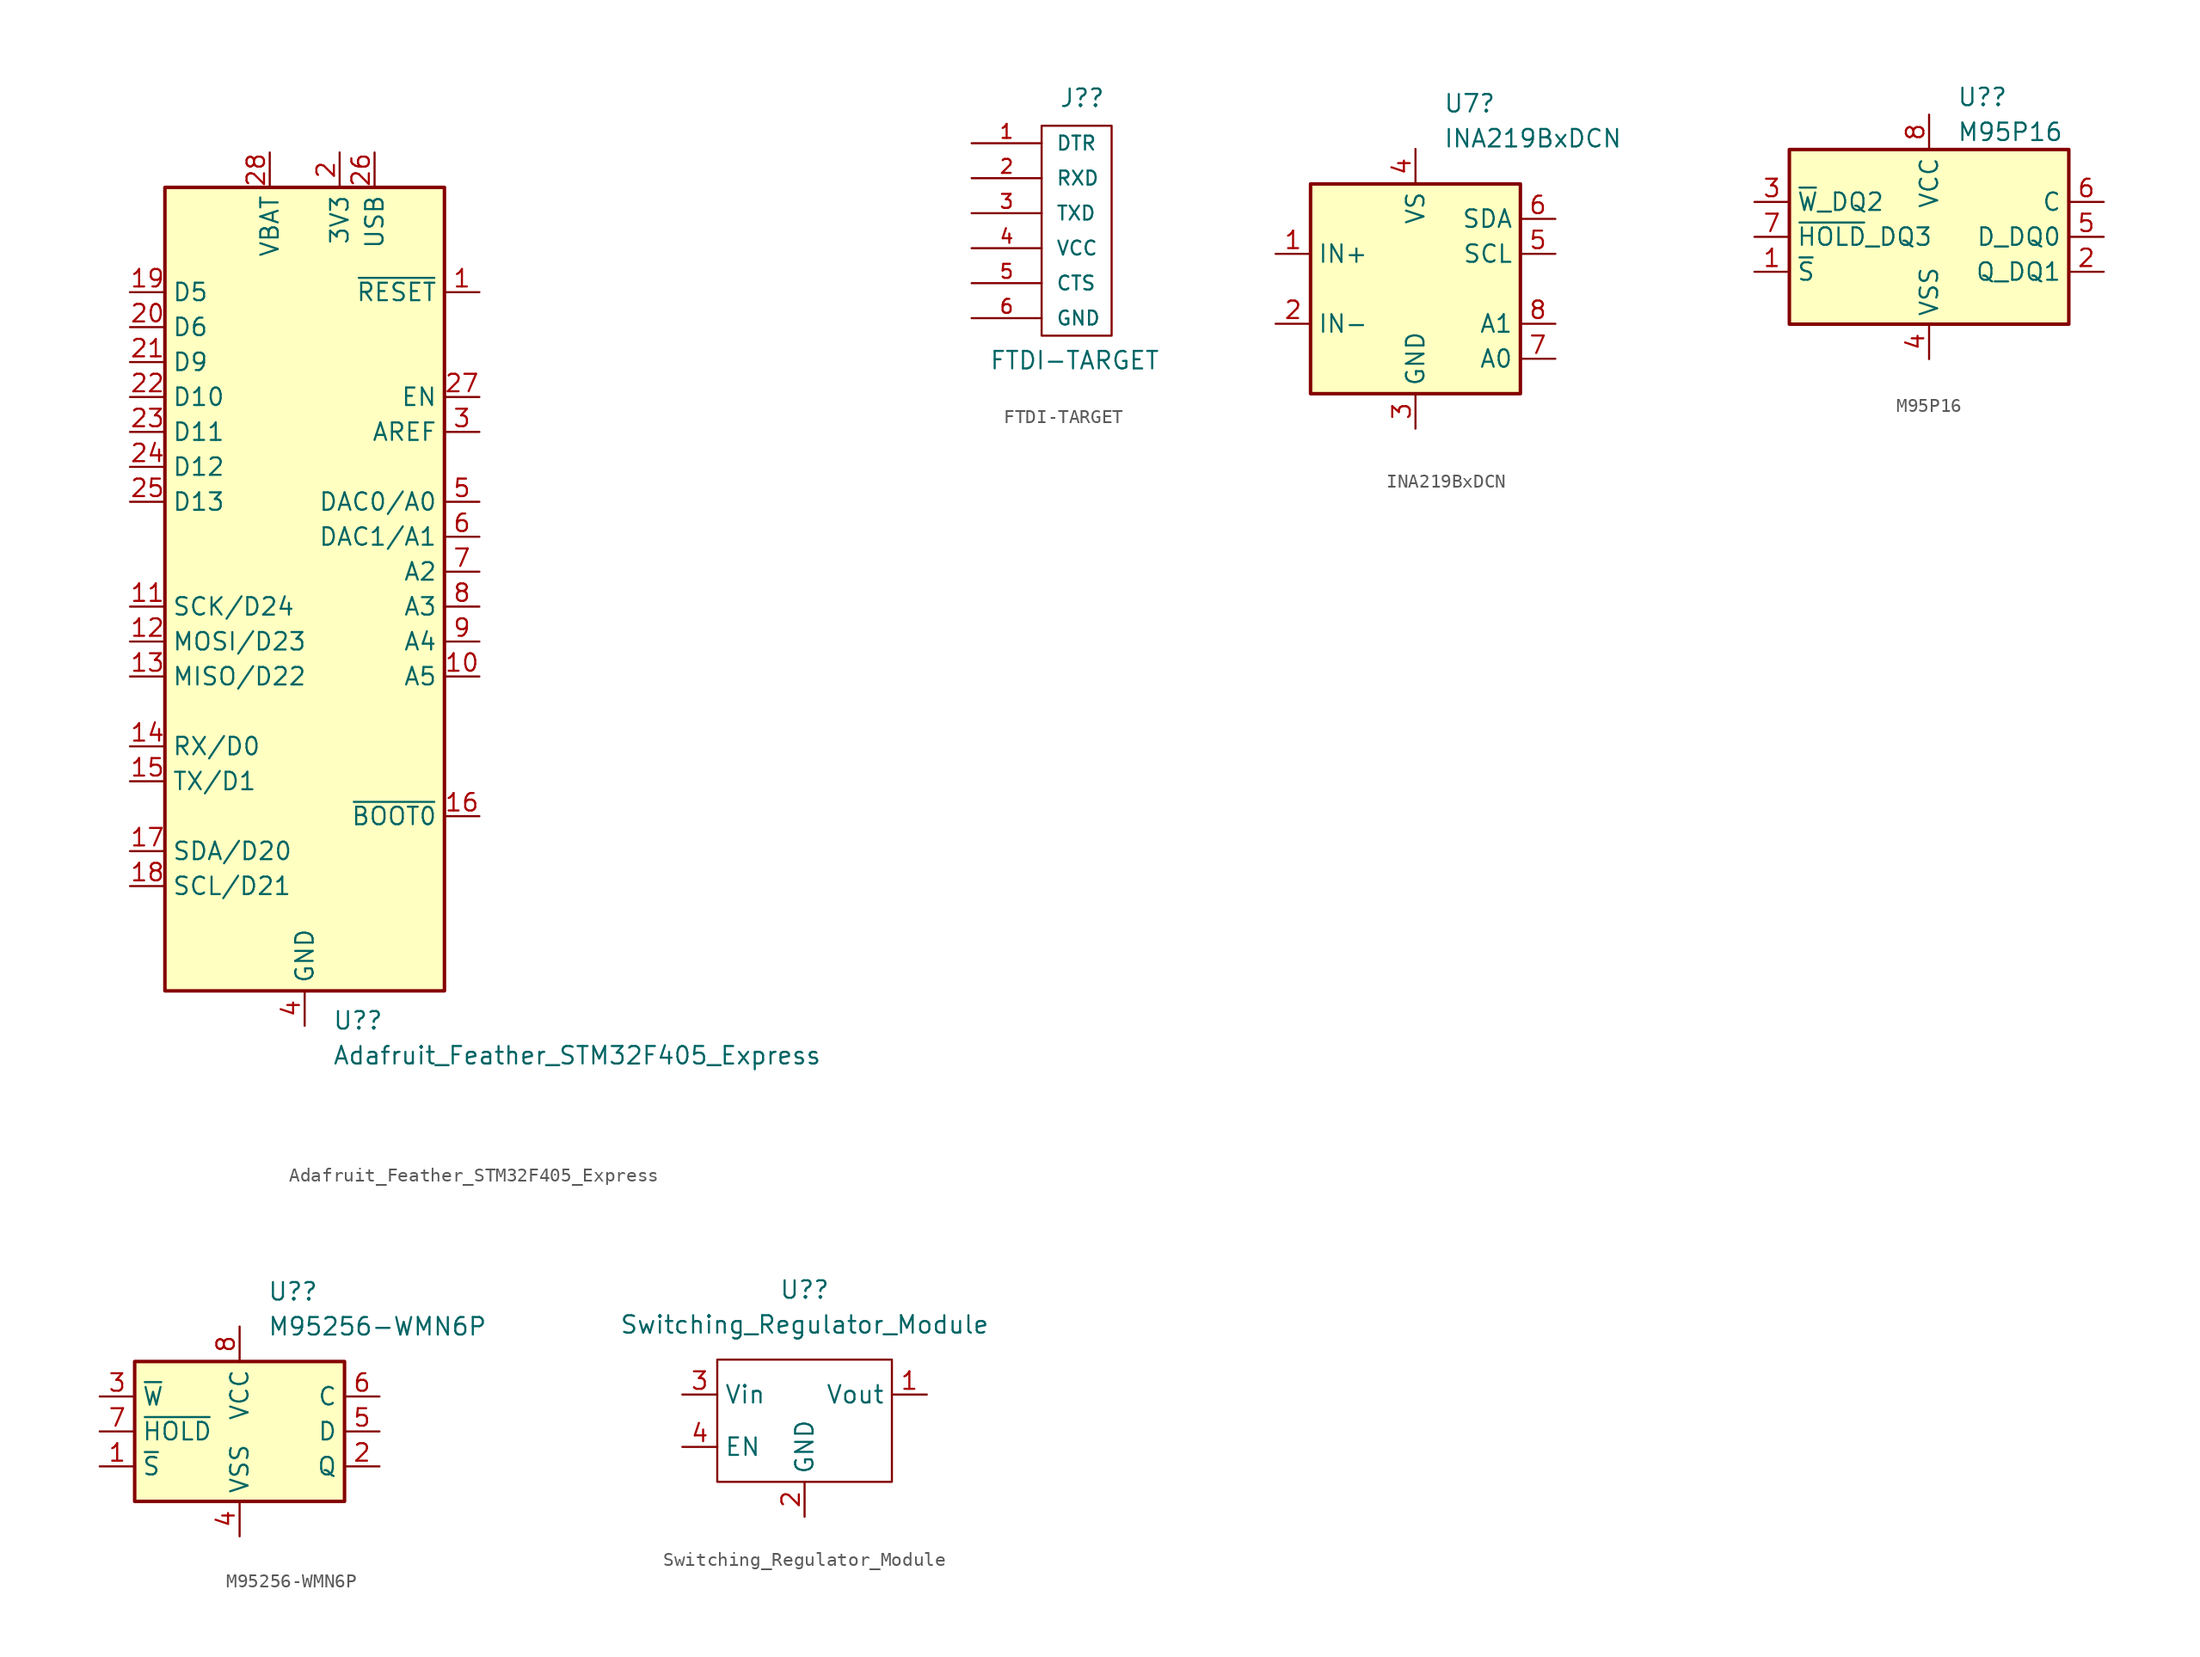
<source format=kicad_sym>
(kicad_symbol_lib
  (version 20211014)
  (generator kicad_symbol_editor)
  (symbol "Adafruit_Feather_STM32F405_Express"
    (property "Reference" "U?"
      (at 2.019 -32.639 0)
      (effects (font (size 1.27 1.27)) (justify left)))
    (property "Value" "Adafruit_Feather_STM32F405_Express"
      (at 2.019 -35.179 0)
      (effects (font (size 1.27 1.27)) (justify left)))
    (symbol "Adafruit_Feather_STM32F405_Express_0_1"
      (rectangle (start -10.16 27.94) (end 10.16 -30.48) (stroke (width 0.254) (type default) (color 0 0 0 0)) (fill (type background))))
    (symbol "Adafruit_Feather_STM32F405_Express_1_1"
      (pin input line (at 12.7 20.32 180) (length 2.54) (name "~{RESET}" (effects (font (size 1.27 1.27)))) (number "1" (effects (font (size 1.27 1.27)))))
      (pin bidirectional line (at 12.7 -7.62 180) (length 2.54) (name "A5" (effects (font (size 1.27 1.27)))) (number "10" (effects (font (size 1.27 1.27)))))
      (pin bidirectional line (at -12.7 -2.54 0) (length 2.54) (name "SCK/D24" (effects (font (size 1.27 1.27)))) (number "11" (effects (font (size 1.27 1.27)))))
      (pin bidirectional line (at -12.7 -5.08 0) (length 2.54) (name "MOSI/D23" (effects (font (size 1.27 1.27)))) (number "12" (effects (font (size 1.27 1.27)))))
      (pin bidirectional line (at -12.7 -7.62 0) (length 2.54) (name "MISO/D22" (effects (font (size 1.27 1.27)))) (number "13" (effects (font (size 1.27 1.27)))))
      (pin bidirectional line (at -12.7 -12.7 0) (length 2.54) (name "RX/D0" (effects (font (size 1.27 1.27)))) (number "14" (effects (font (size 1.27 1.27)))))
      (pin bidirectional line (at -12.7 -15.24 0) (length 2.54) (name "TX/D1" (effects (font (size 1.27 1.27)))) (number "15" (effects (font (size 1.27 1.27)))))
      (pin bidirectional line (at 12.7 -17.78 180) (length 2.54) (name "~{BOOT0}" (effects (font (size 1.27 1.27)))) (number "16" (effects (font (size 1.27 1.27)))))
      (pin bidirectional line (at -12.7 -20.32 0) (length 2.54) (name "SDA/D20" (effects (font (size 1.27 1.27)))) (number "17" (effects (font (size 1.27 1.27)))))
      (pin bidirectional line (at -12.7 -22.86 0) (length 2.54) (name "SCL/D21" (effects (font (size 1.27 1.27)))) (number "18" (effects (font (size 1.27 1.27)))))
      (pin bidirectional line (at -12.7 20.32 0) (length 2.54) (name "D5" (effects (font (size 1.27 1.27)))) (number "19" (effects (font (size 1.27 1.27)))))
      (pin power_in line (at 2.54 30.48 270) (length 2.54) (name "3V3" (effects (font (size 1.27 1.27)))) (number "2" (effects (font (size 1.27 1.27)))))
      (pin bidirectional line (at -12.7 17.78 0) (length 2.54) (name "D6" (effects (font (size 1.27 1.27)))) (number "20" (effects (font (size 1.27 1.27)))))
      (pin bidirectional line (at -12.7 15.24 0) (length 2.54) (name "D9" (effects (font (size 1.27 1.27)))) (number "21" (effects (font (size 1.27 1.27)))))
      (pin bidirectional line (at -12.7 12.7 0) (length 2.54) (name "D10" (effects (font (size 1.27 1.27)))) (number "22" (effects (font (size 1.27 1.27)))))
      (pin bidirectional line (at -12.7 10.16 0) (length 2.54) (name "D11" (effects (font (size 1.27 1.27)))) (number "23" (effects (font (size 1.27 1.27)))))
      (pin bidirectional line (at -12.7 7.62 0) (length 2.54) (name "D12" (effects (font (size 1.27 1.27)))) (number "24" (effects (font (size 1.27 1.27)))))
      (pin bidirectional line (at -12.7 5.08 0) (length 2.54) (name "D13" (effects (font (size 1.27 1.27)))) (number "25" (effects (font (size 1.27 1.27)))))
      (pin power_in line (at 5.08 30.48 270) (length 2.54) (name "USB" (effects (font (size 1.27 1.27)))) (number "26" (effects (font (size 1.27 1.27)))))
      (pin input line (at 12.7 12.7 180) (length 2.54) (name "EN" (effects (font (size 1.27 1.27)))) (number "27" (effects (font (size 1.27 1.27)))))
      (pin power_in line (at -2.54 30.48 270) (length 2.54) (name "VBAT" (effects (font (size 1.27 1.27)))) (number "28" (effects (font (size 1.27 1.27)))))
      (pin input line (at 12.7 10.16 180) (length 2.54) (name "AREF" (effects (font (size 1.27 1.27)))) (number "3" (effects (font (size 1.27 1.27)))))
      (pin power_in line (at 0 -33.02 90) (length 2.54) (name "GND" (effects (font (size 1.27 1.27)))) (number "4" (effects (font (size 1.27 1.27)))))
      (pin bidirectional line (at 12.7 5.08 180) (length 2.54) (name "DAC0/A0" (effects (font (size 1.27 1.27)))) (number "5" (effects (font (size 1.27 1.27)))))
      (pin bidirectional line (at 12.7 2.54 180) (length 2.54) (name "DAC1/A1" (effects (font (size 1.27 1.27)))) (number "6" (effects (font (size 1.27 1.27)))))
      (pin bidirectional line (at 12.7 0 180) (length 2.54) (name "A2" (effects (font (size 1.27 1.27)))) (number "7" (effects (font (size 1.27 1.27)))))
      (pin bidirectional line (at 12.7 -2.54 180) (length 2.54) (name "A3" (effects (font (size 1.27 1.27)))) (number "8" (effects (font (size 1.27 1.27)))))
      (pin bidirectional line (at 12.7 -5.08 180) (length 2.54) (name "A4" (effects (font (size 1.27 1.27)))) (number "9" (effects (font (size 1.27 1.27)))))))
  (symbol "FTDI-TARGET"
    (pin_names
      (offset 1.016))
    (property "Reference" "J?"
      (at -1.27 1.27 0)
      (effects (font (size 1.27 1.27)) (justify left bottom)))
    (property "Value" "FTDI-TARGET"
      (at -6.35 -17.78 0)
      (effects (font (size 1.27 1.27)) (justify left bottom)))
    (property "Datasheet" ""
      (at -2.54 -8.89 0)
      (effects (font (size 1.524 1.524))))
    (symbol "FTDI-TARGET_0_1"
      (rectangle (start -2.54 0) (end 2.54 -15.24) (stroke (width 0) (type default) (color 0 0 0 0)) (fill (type none))))
    (symbol "FTDI-TARGET_1_1"
      (pin passive line (at -7.62 -1.27 0) (length 5.08) (name "DTR" (effects (font (size 1.016 1.016)))) (number "1" (effects (font (size 1.016 1.016)))))
      (pin passive line (at -7.62 -3.81 0) (length 5.08) (name "RXD" (effects (font (size 1.016 1.016)))) (number "2" (effects (font (size 1.016 1.016)))))
      (pin passive line (at -7.62 -6.35 0) (length 5.08) (name "TXD" (effects (font (size 1.016 1.016)))) (number "3" (effects (font (size 1.016 1.016)))))
      (pin passive line (at -7.62 -8.89 0) (length 5.08) (name "VCC" (effects (font (size 1.016 1.016)))) (number "4" (effects (font (size 1.016 1.016)))))
      (pin passive line (at -7.62 -11.43 0) (length 5.08) (name "CTS" (effects (font (size 1.016 1.016)))) (number "5" (effects (font (size 1.016 1.016)))))
      (pin passive line (at -7.62 -13.97 0) (length 5.08) (name "GND" (effects (font (size 1.016 1.016)))) (number "6" (effects (font (size 1.016 1.016)))))))
  (symbol "INA219BxDCN"
    (property "Reference" "U7"
      (at 2.019 13.462 0)
      (effects (font (size 1.27 1.27)) (justify left)))
    (property "Value" "INA219BxDCN"
      (at 2.019 10.922 0)
      (effects (font (size 1.27 1.27)) (justify left)))
    (symbol "INA219BxDCN_0_1"
      (rectangle (start -7.62 7.62) (end 7.62 -7.62) (stroke (width 0.254) (type default) (color 0 0 0 0)) (fill (type background))))
    (symbol "INA219BxDCN_1_1"
      (pin input line (at -10.16 2.54 0) (length 2.54) (name "IN+" (effects (font (size 1.27 1.27)))) (number "1" (effects (font (size 1.27 1.27)))))
      (pin input line (at -10.16 -2.54 0) (length 2.54) (name "IN-" (effects (font (size 1.27 1.27)))) (number "2" (effects (font (size 1.27 1.27)))))
      (pin power_in line (at 0 -10.16 90) (length 2.54) (name "GND" (effects (font (size 1.27 1.27)))) (number "3" (effects (font (size 1.27 1.27)))))
      (pin power_in line (at 0 10.16 270) (length 2.54) (name "VS" (effects (font (size 1.27 1.27)))) (number "4" (effects (font (size 1.27 1.27)))))
      (pin input line (at 10.16 2.54 180) (length 2.54) (name "SCL" (effects (font (size 1.27 1.27)))) (number "5" (effects (font (size 1.27 1.27)))))
      (pin bidirectional line (at 10.16 5.08 180) (length 2.54) (name "SDA" (effects (font (size 1.27 1.27)))) (number "6" (effects (font (size 1.27 1.27)))))
      (pin input line (at 10.16 -5.08 180) (length 2.54) (name "A0" (effects (font (size 1.27 1.27)))) (number "7" (effects (font (size 1.27 1.27)))))
      (pin input line (at 10.16 -2.54 180) (length 2.54) (name "A1" (effects (font (size 1.27 1.27)))) (number "8" (effects (font (size 1.27 1.27)))))))
  (symbol "M95P16"
    (property "Reference" "U?"
      (at 2.019 10.16 0)
      (effects (font (size 1.27 1.27)) (justify left)))
    (property "Value" "M95P16"
      (at 2.019 7.62 0)
      (effects (font (size 1.27 1.27)) (justify left)))
    (symbol "M95P16_1_1"
      (rectangle (start -10.16 6.35) (end 10.16 -6.35) (stroke (width 0.254) (type default) (color 0 0 0 0)) (fill (type background)))
      (pin input line (at -12.7 -2.54 0) (length 2.54) (name "~{S}" (effects (font (size 1.27 1.27)))) (number "1" (effects (font (size 1.27 1.27)))))
      (pin output line (at 12.7 -2.54 180) (length 2.54) (name "Q_DQ1" (effects (font (size 1.27 1.27)))) (number "2" (effects (font (size 1.27 1.27)))))
      (pin input line (at -12.7 2.54 0) (length 2.54) (name "~{W}_DQ2" (effects (font (size 1.27 1.27)))) (number "3" (effects (font (size 1.27 1.27)))))
      (pin power_in line (at 0 -8.89 90) (length 2.54) (name "VSS" (effects (font (size 1.27 1.27)))) (number "4" (effects (font (size 1.27 1.27)))))
      (pin input line (at 12.7 0 180) (length 2.54) (name "D_DQ0" (effects (font (size 1.27 1.27)))) (number "5" (effects (font (size 1.27 1.27)))))
      (pin input line (at 12.7 2.54 180) (length 2.54) (name "C" (effects (font (size 1.27 1.27)))) (number "6" (effects (font (size 1.27 1.27)))))
      (pin input line (at -12.7 0 0) (length 2.54) (name "~{HOLD}_DQ3" (effects (font (size 1.27 1.27)))) (number "7" (effects (font (size 1.27 1.27)))))
      (pin power_in line (at 0 8.89 270) (length 2.54) (name "VCC" (effects (font (size 1.27 1.27)))) (number "8" (effects (font (size 1.27 1.27)))))))
  (symbol "M95256-WMN6P"
    (property "Reference" "U?"
      (at 2.019 10.16 0)
      (effects (font (size 1.27 1.27)) (justify left)))
    (property "Value" "M95256-WMN6P"
      (at 2.019 7.62 0)
      (effects (font (size 1.27 1.27)) (justify left)))
    (symbol "M95256-WMN6P_1_1"
      (rectangle (start -7.62 5.08) (end 7.62 -5.08) (stroke (width 0.254) (type default) (color 0 0 0 0)) (fill (type background)))
      (pin input line (at -10.16 -2.54 0) (length 2.54) (name "~{S}" (effects (font (size 1.27 1.27)))) (number "1" (effects (font (size 1.27 1.27)))))
      (pin output line (at 10.16 -2.54 180) (length 2.54) (name "Q" (effects (font (size 1.27 1.27)))) (number "2" (effects (font (size 1.27 1.27)))))
      (pin input line (at -10.16 2.54 0) (length 2.54) (name "~{W}" (effects (font (size 1.27 1.27)))) (number "3" (effects (font (size 1.27 1.27)))))
      (pin power_in line (at 0 -7.62 90) (length 2.54) (name "VSS" (effects (font (size 1.27 1.27)))) (number "4" (effects (font (size 1.27 1.27)))))
      (pin input line (at 10.16 0 180) (length 2.54) (name "D" (effects (font (size 1.27 1.27)))) (number "5" (effects (font (size 1.27 1.27)))))
      (pin input line (at 10.16 2.54 180) (length 2.54) (name "C" (effects (font (size 1.27 1.27)))) (number "6" (effects (font (size 1.27 1.27)))))
      (pin input line (at -10.16 0 0) (length 2.54) (name "~{HOLD}" (effects (font (size 1.27 1.27)))) (number "7" (effects (font (size 1.27 1.27)))))
      (pin power_in line (at 0 7.62 270) (length 2.54) (name "VCC" (effects (font (size 1.27 1.27)))) (number "8" (effects (font (size 1.27 1.27)))))))
  (symbol "Switching_Regulator_Module"
    (property "Reference" "U?"
      (at 0 5.08 0)
      (effects (font (size 1.27 1.27))))
    (property "Value" "Switching_Regulator_Module"
      (at 0 2.54 0)
      (effects (font (size 1.27 1.27))))
    (symbol "Switching_Regulator_Module_0_1"
      (rectangle (start -6.35 0) (end 6.35 -8.89) (stroke (width 0) (type default) (color 0 0 0 0)) (fill (type none))))
    (symbol "Switching_Regulator_Module_1_1"
      (pin power_out line (at 8.89 -2.54 180) (length 2.54) (name "Vout" (effects (font (size 1.27 1.27)))) (number "1" (effects (font (size 1.27 1.27)))))
      (pin passive line (at 0 -11.43 90) (length 2.54) (name "GND" (effects (font (size 1.27 1.27)))) (number "2" (effects (font (size 1.27 1.27)))))
      (pin power_in line (at -8.89 -2.54 0) (length 2.54) (name "Vin" (effects (font (size 1.27 1.27)))) (number "3" (effects (font (size 1.27 1.27)))))
      (pin input line (at -8.89 -6.35 0) (length 2.54) (name "EN" (effects (font (size 1.27 1.27)))) (number "4" (effects (font (size 1.27 1.27))))))))
</source>
